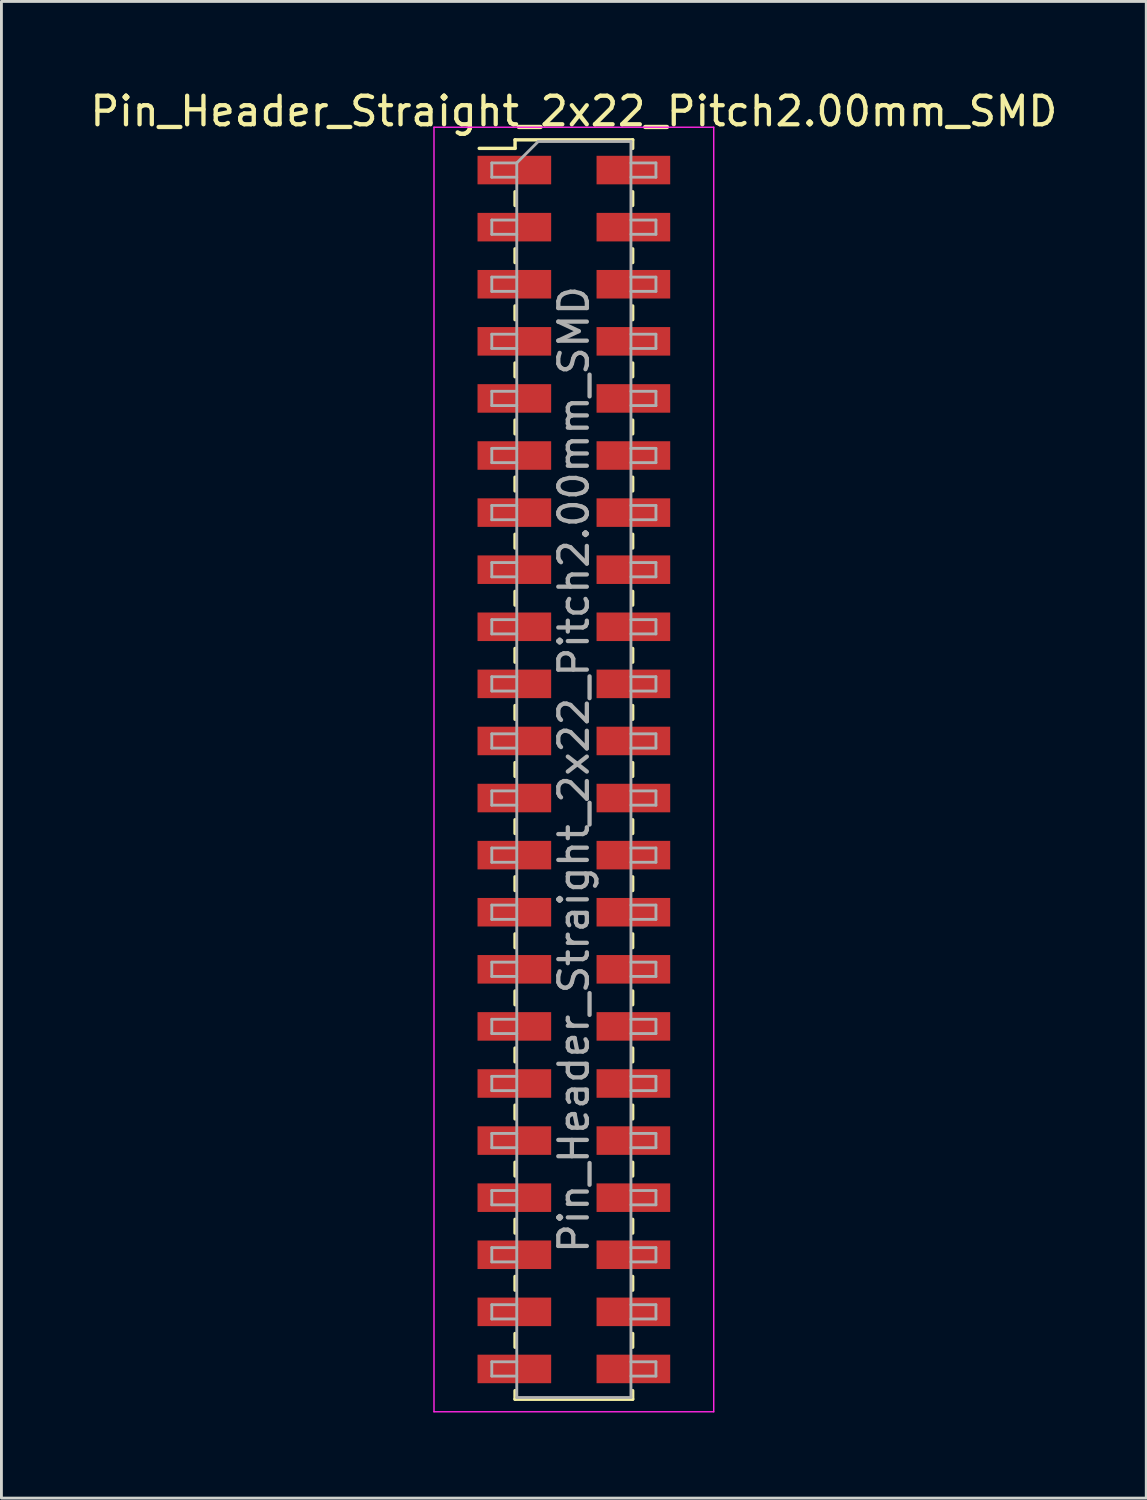
<source format=kicad_pcb>
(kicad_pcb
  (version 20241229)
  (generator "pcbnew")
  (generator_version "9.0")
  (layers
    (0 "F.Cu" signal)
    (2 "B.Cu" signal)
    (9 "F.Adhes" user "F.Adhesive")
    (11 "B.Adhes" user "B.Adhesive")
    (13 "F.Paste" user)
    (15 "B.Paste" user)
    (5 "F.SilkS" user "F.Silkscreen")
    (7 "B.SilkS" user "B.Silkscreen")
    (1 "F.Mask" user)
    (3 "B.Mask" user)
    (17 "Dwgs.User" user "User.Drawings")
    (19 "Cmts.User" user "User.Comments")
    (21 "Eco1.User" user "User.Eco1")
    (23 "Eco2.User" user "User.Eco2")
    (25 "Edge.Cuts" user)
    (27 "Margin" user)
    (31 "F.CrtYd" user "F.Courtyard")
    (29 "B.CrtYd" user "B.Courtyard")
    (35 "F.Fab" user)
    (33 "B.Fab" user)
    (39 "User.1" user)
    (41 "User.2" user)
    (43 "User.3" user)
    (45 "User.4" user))
  (footprint "Pin_Header_Straight_2x22_Pitch2.00mm_SMD"
    (layer "F.Cu")
    (at 17.054 23.908)
    (property "Reference" "Pin_Header_Straight_2x22_Pitch2.00mm_SMD" (at 0 -23.06 0) (layer "F.SilkS") (effects (font (size 1 1) (thickness 0.15))))
    (attr smd)
    (fp_line (start -3.315 -21.76) (end -2.06 -21.76) (stroke (width 0.12) (type solid)) (layer "F.SilkS"))
    (fp_line (start -2.06 -22.06) (end -2.06 -21.76) (stroke (width 0.12) (type solid)) (layer "F.SilkS"))
    (fp_line (start -2.06 -22.06) (end 2.06 -22.06) (stroke (width 0.12) (type solid)) (layer "F.SilkS"))
    (fp_line (start -2.06 -20.24) (end -2.06 -19.76) (stroke (width 0.12) (type solid)) (layer "F.SilkS"))
    (fp_line (start -2.06 -18.24) (end -2.06 -17.76) (stroke (width 0.12) (type solid)) (layer "F.SilkS"))
    (fp_line (start -2.06 -16.24) (end -2.06 -15.76) (stroke (width 0.12) (type solid)) (layer "F.SilkS"))
    (fp_line (start -2.06 -14.24) (end -2.06 -13.76) (stroke (width 0.12) (type solid)) (layer "F.SilkS"))
    (fp_line (start -2.06 -12.24) (end -2.06 -11.76) (stroke (width 0.12) (type solid)) (layer "F.SilkS"))
    (fp_line (start -2.06 -10.24) (end -2.06 -9.76) (stroke (width 0.12) (type solid)) (layer "F.SilkS"))
    (fp_line (start -2.06 -8.24) (end -2.06 -7.76) (stroke (width 0.12) (type solid)) (layer "F.SilkS"))
    (fp_line (start -2.06 -6.24) (end -2.06 -5.76) (stroke (width 0.12) (type solid)) (layer "F.SilkS"))
    (fp_line (start -2.06 -4.24) (end -2.06 -3.76) (stroke (width 0.12) (type solid)) (layer "F.SilkS"))
    (fp_line (start -2.06 -2.24) (end -2.06 -1.76) (stroke (width 0.12) (type solid)) (layer "F.SilkS"))
    (fp_line (start -2.06 -0.24) (end -2.06 0.24) (stroke (width 0.12) (type solid)) (layer "F.SilkS"))
    (fp_line (start -2.06 1.76) (end -2.06 2.24) (stroke (width 0.12) (type solid)) (layer "F.SilkS"))
    (fp_line (start -2.06 3.76) (end -2.06 4.24) (stroke (width 0.12) (type solid)) (layer "F.SilkS"))
    (fp_line (start -2.06 5.76) (end -2.06 6.24) (stroke (width 0.12) (type solid)) (layer "F.SilkS"))
    (fp_line (start -2.06 7.76) (end -2.06 8.24) (stroke (width 0.12) (type solid)) (layer "F.SilkS"))
    (fp_line (start -2.06 9.76) (end -2.06 10.24) (stroke (width 0.12) (type solid)) (layer "F.SilkS"))
    (fp_line (start -2.06 11.76) (end -2.06 12.24) (stroke (width 0.12) (type solid)) (layer "F.SilkS"))
    (fp_line (start -2.06 13.76) (end -2.06 14.24) (stroke (width 0.12) (type solid)) (layer "F.SilkS"))
    (fp_line (start -2.06 15.76) (end -2.06 16.24) (stroke (width 0.12) (type solid)) (layer "F.SilkS"))
    (fp_line (start -2.06 17.76) (end -2.06 18.24) (stroke (width 0.12) (type solid)) (layer "F.SilkS"))
    (fp_line (start -2.06 19.76) (end -2.06 20.24) (stroke (width 0.12) (type solid)) (layer "F.SilkS"))
    (fp_line (start -2.06 21.76) (end -2.06 22.06) (stroke (width 0.12) (type solid)) (layer "F.SilkS"))
    (fp_line (start -2.06 22.06) (end 2.06 22.06) (stroke (width 0.12) (type solid)) (layer "F.SilkS"))
    (fp_line (start 2.06 -22.06) (end 2.06 -21.76) (stroke (width 0.12) (type solid)) (layer "F.SilkS"))
    (fp_line (start 2.06 -20.24) (end 2.06 -19.76) (stroke (width 0.12) (type solid)) (layer "F.SilkS"))
    (fp_line (start 2.06 -18.24) (end 2.06 -17.76) (stroke (width 0.12) (type solid)) (layer "F.SilkS"))
    (fp_line (start 2.06 -16.24) (end 2.06 -15.76) (stroke (width 0.12) (type solid)) (layer "F.SilkS"))
    (fp_line (start 2.06 -14.24) (end 2.06 -13.76) (stroke (width 0.12) (type solid)) (layer "F.SilkS"))
    (fp_line (start 2.06 -12.24) (end 2.06 -11.76) (stroke (width 0.12) (type solid)) (layer "F.SilkS"))
    (fp_line (start 2.06 -10.24) (end 2.06 -9.76) (stroke (width 0.12) (type solid)) (layer "F.SilkS"))
    (fp_line (start 2.06 -8.24) (end 2.06 -7.76) (stroke (width 0.12) (type solid)) (layer "F.SilkS"))
    (fp_line (start 2.06 -6.24) (end 2.06 -5.76) (stroke (width 0.12) (type solid)) (layer "F.SilkS"))
    (fp_line (start 2.06 -4.24) (end 2.06 -3.76) (stroke (width 0.12) (type solid)) (layer "F.SilkS"))
    (fp_line (start 2.06 -2.24) (end 2.06 -1.76) (stroke (width 0.12) (type solid)) (layer "F.SilkS"))
    (fp_line (start 2.06 -0.24) (end 2.06 0.24) (stroke (width 0.12) (type solid)) (layer "F.SilkS"))
    (fp_line (start 2.06 1.76) (end 2.06 2.24) (stroke (width 0.12) (type solid)) (layer "F.SilkS"))
    (fp_line (start 2.06 3.76) (end 2.06 4.24) (stroke (width 0.12) (type solid)) (layer "F.SilkS"))
    (fp_line (start 2.06 5.76) (end 2.06 6.24) (stroke (width 0.12) (type solid)) (layer "F.SilkS"))
    (fp_line (start 2.06 7.76) (end 2.06 8.24) (stroke (width 0.12) (type solid)) (layer "F.SilkS"))
    (fp_line (start 2.06 9.76) (end 2.06 10.24) (stroke (width 0.12) (type solid)) (layer "F.SilkS"))
    (fp_line (start 2.06 11.76) (end 2.06 12.24) (stroke (width 0.12) (type solid)) (layer "F.SilkS"))
    (fp_line (start 2.06 13.76) (end 2.06 14.24) (stroke (width 0.12) (type solid)) (layer "F.SilkS"))
    (fp_line (start 2.06 15.76) (end 2.06 16.24) (stroke (width 0.12) (type solid)) (layer "F.SilkS"))
    (fp_line (start 2.06 17.76) (end 2.06 18.24) (stroke (width 0.12) (type solid)) (layer "F.SilkS"))
    (fp_line (start 2.06 19.76) (end 2.06 20.24) (stroke (width 0.12) (type solid)) (layer "F.SilkS"))
    (fp_line (start 2.06 21.76) (end 2.06 22.06) (stroke (width 0.12) (type solid)) (layer "F.SilkS"))
    (fp_line (start -4.9 -22.5) (end -4.9 22.5) (stroke (width 0.05) (type solid)) (layer "F.CrtYd"))
    (fp_line (start -4.9 22.5) (end 4.9 22.5) (stroke (width 0.05) (type solid)) (layer "F.CrtYd"))
    (fp_line (start 4.9 -22.5) (end -4.9 -22.5) (stroke (width 0.05) (type solid)) (layer "F.CrtYd"))
    (fp_line (start 4.9 22.5) (end 4.9 -22.5) (stroke (width 0.05) (type solid)) (layer "F.CrtYd"))
    (fp_line (start -2.875 -21.25) (end -2.875 -20.75) (stroke (width 0.1) (type solid)) (layer "F.Fab"))
    (fp_line (start -2.875 -20.75) (end -2 -20.75) (stroke (width 0.1) (type solid)) (layer "F.Fab"))
    (fp_line (start -2.875 -19.25) (end -2.875 -18.75) (stroke (width 0.1) (type solid)) (layer "F.Fab"))
    (fp_line (start -2.875 -18.75) (end -2 -18.75) (stroke (width 0.1) (type solid)) (layer "F.Fab"))
    (fp_line (start -2.875 -17.25) (end -2.875 -16.75) (stroke (width 0.1) (type solid)) (layer "F.Fab"))
    (fp_line (start -2.875 -16.75) (end -2 -16.75) (stroke (width 0.1) (type solid)) (layer "F.Fab"))
    (fp_line (start -2.875 -15.25) (end -2.875 -14.75) (stroke (width 0.1) (type solid)) (layer "F.Fab"))
    (fp_line (start -2.875 -14.75) (end -2 -14.75) (stroke (width 0.1) (type solid)) (layer "F.Fab"))
    (fp_line (start -2.875 -13.25) (end -2.875 -12.75) (stroke (width 0.1) (type solid)) (layer "F.Fab"))
    (fp_line (start -2.875 -12.75) (end -2 -12.75) (stroke (width 0.1) (type solid)) (layer "F.Fab"))
    (fp_line (start -2.875 -11.25) (end -2.875 -10.75) (stroke (width 0.1) (type solid)) (layer "F.Fab"))
    (fp_line (start -2.875 -10.75) (end -2 -10.75) (stroke (width 0.1) (type solid)) (layer "F.Fab"))
    (fp_line (start -2.875 -9.25) (end -2.875 -8.75) (stroke (width 0.1) (type solid)) (layer "F.Fab"))
    (fp_line (start -2.875 -8.75) (end -2 -8.75) (stroke (width 0.1) (type solid)) (layer "F.Fab"))
    (fp_line (start -2.875 -7.25) (end -2.875 -6.75) (stroke (width 0.1) (type solid)) (layer "F.Fab"))
    (fp_line (start -2.875 -6.75) (end -2 -6.75) (stroke (width 0.1) (type solid)) (layer "F.Fab"))
    (fp_line (start -2.875 -5.25) (end -2.875 -4.75) (stroke (width 0.1) (type solid)) (layer "F.Fab"))
    (fp_line (start -2.875 -4.75) (end -2 -4.75) (stroke (width 0.1) (type solid)) (layer "F.Fab"))
    (fp_line (start -2.875 -3.25) (end -2.875 -2.75) (stroke (width 0.1) (type solid)) (layer "F.Fab"))
    (fp_line (start -2.875 -2.75) (end -2 -2.75) (stroke (width 0.1) (type solid)) (layer "F.Fab"))
    (fp_line (start -2.875 -1.25) (end -2.875 -0.75) (stroke (width 0.1) (type solid)) (layer "F.Fab"))
    (fp_line (start -2.875 -0.75) (end -2 -0.75) (stroke (width 0.1) (type solid)) (layer "F.Fab"))
    (fp_line (start -2.875 0.75) (end -2.875 1.25) (stroke (width 0.1) (type solid)) (layer "F.Fab"))
    (fp_line (start -2.875 1.25) (end -2 1.25) (stroke (width 0.1) (type solid)) (layer "F.Fab"))
    (fp_line (start -2.875 2.75) (end -2.875 3.25) (stroke (width 0.1) (type solid)) (layer "F.Fab"))
    (fp_line (start -2.875 3.25) (end -2 3.25) (stroke (width 0.1) (type solid)) (layer "F.Fab"))
    (fp_line (start -2.875 4.75) (end -2.875 5.25) (stroke (width 0.1) (type solid)) (layer "F.Fab"))
    (fp_line (start -2.875 5.25) (end -2 5.25) (stroke (width 0.1) (type solid)) (layer "F.Fab"))
    (fp_line (start -2.875 6.75) (end -2.875 7.25) (stroke (width 0.1) (type solid)) (layer "F.Fab"))
    (fp_line (start -2.875 7.25) (end -2 7.25) (stroke (width 0.1) (type solid)) (layer "F.Fab"))
    (fp_line (start -2.875 8.75) (end -2.875 9.25) (stroke (width 0.1) (type solid)) (layer "F.Fab"))
    (fp_line (start -2.875 9.25) (end -2 9.25) (stroke (width 0.1) (type solid)) (layer "F.Fab"))
    (fp_line (start -2.875 10.75) (end -2.875 11.25) (stroke (width 0.1) (type solid)) (layer "F.Fab"))
    (fp_line (start -2.875 11.25) (end -2 11.25) (stroke (width 0.1) (type solid)) (layer "F.Fab"))
    (fp_line (start -2.875 12.75) (end -2.875 13.25) (stroke (width 0.1) (type solid)) (layer "F.Fab"))
    (fp_line (start -2.875 13.25) (end -2 13.25) (stroke (width 0.1) (type solid)) (layer "F.Fab"))
    (fp_line (start -2.875 14.75) (end -2.875 15.25) (stroke (width 0.1) (type solid)) (layer "F.Fab"))
    (fp_line (start -2.875 15.25) (end -2 15.25) (stroke (width 0.1) (type solid)) (layer "F.Fab"))
    (fp_line (start -2.875 16.75) (end -2.875 17.25) (stroke (width 0.1) (type solid)) (layer "F.Fab"))
    (fp_line (start -2.875 17.25) (end -2 17.25) (stroke (width 0.1) (type solid)) (layer "F.Fab"))
    (fp_line (start -2.875 18.75) (end -2.875 19.25) (stroke (width 0.1) (type solid)) (layer "F.Fab"))
    (fp_line (start -2.875 19.25) (end -2 19.25) (stroke (width 0.1) (type solid)) (layer "F.Fab"))
    (fp_line (start -2.875 20.75) (end -2.875 21.25) (stroke (width 0.1) (type solid)) (layer "F.Fab"))
    (fp_line (start -2.875 21.25) (end -2 21.25) (stroke (width 0.1) (type solid)) (layer "F.Fab"))
    (fp_line (start -2 -21.25) (end -2.875 -21.25) (stroke (width 0.1) (type solid)) (layer "F.Fab"))
    (fp_line (start -2 -21.25) (end -1.25 -22) (stroke (width 0.1) (type solid)) (layer "F.Fab"))
    (fp_line (start -2 -19.25) (end -2.875 -19.25) (stroke (width 0.1) (type solid)) (layer "F.Fab"))
    (fp_line (start -2 -17.25) (end -2.875 -17.25) (stroke (width 0.1) (type solid)) (layer "F.Fab"))
    (fp_line (start -2 -15.25) (end -2.875 -15.25) (stroke (width 0.1) (type solid)) (layer "F.Fab"))
    (fp_line (start -2 -13.25) (end -2.875 -13.25) (stroke (width 0.1) (type solid)) (layer "F.Fab"))
    (fp_line (start -2 -11.25) (end -2.875 -11.25) (stroke (width 0.1) (type solid)) (layer "F.Fab"))
    (fp_line (start -2 -9.25) (end -2.875 -9.25) (stroke (width 0.1) (type solid)) (layer "F.Fab"))
    (fp_line (start -2 -7.25) (end -2.875 -7.25) (stroke (width 0.1) (type solid)) (layer "F.Fab"))
    (fp_line (start -2 -5.25) (end -2.875 -5.25) (stroke (width 0.1) (type solid)) (layer "F.Fab"))
    (fp_line (start -2 -3.25) (end -2.875 -3.25) (stroke (width 0.1) (type solid)) (layer "F.Fab"))
    (fp_line (start -2 -1.25) (end -2.875 -1.25) (stroke (width 0.1) (type solid)) (layer "F.Fab"))
    (fp_line (start -2 0.75) (end -2.875 0.75) (stroke (width 0.1) (type solid)) (layer "F.Fab"))
    (fp_line (start -2 2.75) (end -2.875 2.75) (stroke (width 0.1) (type solid)) (layer "F.Fab"))
    (fp_line (start -2 4.75) (end -2.875 4.75) (stroke (width 0.1) (type solid)) (layer "F.Fab"))
    (fp_line (start -2 6.75) (end -2.875 6.75) (stroke (width 0.1) (type solid)) (layer "F.Fab"))
    (fp_line (start -2 8.75) (end -2.875 8.75) (stroke (width 0.1) (type solid)) (layer "F.Fab"))
    (fp_line (start -2 10.75) (end -2.875 10.75) (stroke (width 0.1) (type solid)) (layer "F.Fab"))
    (fp_line (start -2 12.75) (end -2.875 12.75) (stroke (width 0.1) (type solid)) (layer "F.Fab"))
    (fp_line (start -2 14.75) (end -2.875 14.75) (stroke (width 0.1) (type solid)) (layer "F.Fab"))
    (fp_line (start -2 16.75) (end -2.875 16.75) (stroke (width 0.1) (type solid)) (layer "F.Fab"))
    (fp_line (start -2 18.75) (end -2.875 18.75) (stroke (width 0.1) (type solid)) (layer "F.Fab"))
    (fp_line (start -2 20.75) (end -2.875 20.75) (stroke (width 0.1) (type solid)) (layer "F.Fab"))
    (fp_line (start -2 22) (end -2 -21.25) (stroke (width 0.1) (type solid)) (layer "F.Fab"))
    (fp_line (start -1.25 -22) (end 2 -22) (stroke (width 0.1) (type solid)) (layer "F.Fab"))
    (fp_line (start 2 -22) (end 2 22) (stroke (width 0.1) (type solid)) (layer "F.Fab"))
    (fp_line (start 2 -21.25) (end 2.875 -21.25) (stroke (width 0.1) (type solid)) (layer "F.Fab"))
    (fp_line (start 2 -19.25) (end 2.875 -19.25) (stroke (width 0.1) (type solid)) (layer "F.Fab"))
    (fp_line (start 2 -17.25) (end 2.875 -17.25) (stroke (width 0.1) (type solid)) (layer "F.Fab"))
    (fp_line (start 2 -15.25) (end 2.875 -15.25) (stroke (width 0.1) (type solid)) (layer "F.Fab"))
    (fp_line (start 2 -13.25) (end 2.875 -13.25) (stroke (width 0.1) (type solid)) (layer "F.Fab"))
    (fp_line (start 2 -11.25) (end 2.875 -11.25) (stroke (width 0.1) (type solid)) (layer "F.Fab"))
    (fp_line (start 2 -9.25) (end 2.875 -9.25) (stroke (width 0.1) (type solid)) (layer "F.Fab"))
    (fp_line (start 2 -7.25) (end 2.875 -7.25) (stroke (width 0.1) (type solid)) (layer "F.Fab"))
    (fp_line (start 2 -5.25) (end 2.875 -5.25) (stroke (width 0.1) (type solid)) (layer "F.Fab"))
    (fp_line (start 2 -3.25) (end 2.875 -3.25) (stroke (width 0.1) (type solid)) (layer "F.Fab"))
    (fp_line (start 2 -1.25) (end 2.875 -1.25) (stroke (width 0.1) (type solid)) (layer "F.Fab"))
    (fp_line (start 2 0.75) (end 2.875 0.75) (stroke (width 0.1) (type solid)) (layer "F.Fab"))
    (fp_line (start 2 2.75) (end 2.875 2.75) (stroke (width 0.1) (type solid)) (layer "F.Fab"))
    (fp_line (start 2 4.75) (end 2.875 4.75) (stroke (width 0.1) (type solid)) (layer "F.Fab"))
    (fp_line (start 2 6.75) (end 2.875 6.75) (stroke (width 0.1) (type solid)) (layer "F.Fab"))
    (fp_line (start 2 8.75) (end 2.875 8.75) (stroke (width 0.1) (type solid)) (layer "F.Fab"))
    (fp_line (start 2 10.75) (end 2.875 10.75) (stroke (width 0.1) (type solid)) (layer "F.Fab"))
    (fp_line (start 2 12.75) (end 2.875 12.75) (stroke (width 0.1) (type solid)) (layer "F.Fab"))
    (fp_line (start 2 14.75) (end 2.875 14.75) (stroke (width 0.1) (type solid)) (layer "F.Fab"))
    (fp_line (start 2 16.75) (end 2.875 16.75) (stroke (width 0.1) (type solid)) (layer "F.Fab"))
    (fp_line (start 2 18.75) (end 2.875 18.75) (stroke (width 0.1) (type solid)) (layer "F.Fab"))
    (fp_line (start 2 20.75) (end 2.875 20.75) (stroke (width 0.1) (type solid)) (layer "F.Fab"))
    (fp_line (start 2 22) (end -2 22) (stroke (width 0.1) (type solid)) (layer "F.Fab"))
    (fp_line (start 2.875 -21.25) (end 2.875 -20.75) (stroke (width 0.1) (type solid)) (layer "F.Fab"))
    (fp_line (start 2.875 -20.75) (end 2 -20.75) (stroke (width 0.1) (type solid)) (layer "F.Fab"))
    (fp_line (start 2.875 -19.25) (end 2.875 -18.75) (stroke (width 0.1) (type solid)) (layer "F.Fab"))
    (fp_line (start 2.875 -18.75) (end 2 -18.75) (stroke (width 0.1) (type solid)) (layer "F.Fab"))
    (fp_line (start 2.875 -17.25) (end 2.875 -16.75) (stroke (width 0.1) (type solid)) (layer "F.Fab"))
    (fp_line (start 2.875 -16.75) (end 2 -16.75) (stroke (width 0.1) (type solid)) (layer "F.Fab"))
    (fp_line (start 2.875 -15.25) (end 2.875 -14.75) (stroke (width 0.1) (type solid)) (layer "F.Fab"))
    (fp_line (start 2.875 -14.75) (end 2 -14.75) (stroke (width 0.1) (type solid)) (layer "F.Fab"))
    (fp_line (start 2.875 -13.25) (end 2.875 -12.75) (stroke (width 0.1) (type solid)) (layer "F.Fab"))
    (fp_line (start 2.875 -12.75) (end 2 -12.75) (stroke (width 0.1) (type solid)) (layer "F.Fab"))
    (fp_line (start 2.875 -11.25) (end 2.875 -10.75) (stroke (width 0.1) (type solid)) (layer "F.Fab"))
    (fp_line (start 2.875 -10.75) (end 2 -10.75) (stroke (width 0.1) (type solid)) (layer "F.Fab"))
    (fp_line (start 2.875 -9.25) (end 2.875 -8.75) (stroke (width 0.1) (type solid)) (layer "F.Fab"))
    (fp_line (start 2.875 -8.75) (end 2 -8.75) (stroke (width 0.1) (type solid)) (layer "F.Fab"))
    (fp_line (start 2.875 -7.25) (end 2.875 -6.75) (stroke (width 0.1) (type solid)) (layer "F.Fab"))
    (fp_line (start 2.875 -6.75) (end 2 -6.75) (stroke (width 0.1) (type solid)) (layer "F.Fab"))
    (fp_line (start 2.875 -5.25) (end 2.875 -4.75) (stroke (width 0.1) (type solid)) (layer "F.Fab"))
    (fp_line (start 2.875 -4.75) (end 2 -4.75) (stroke (width 0.1) (type solid)) (layer "F.Fab"))
    (fp_line (start 2.875 -3.25) (end 2.875 -2.75) (stroke (width 0.1) (type solid)) (layer "F.Fab"))
    (fp_line (start 2.875 -2.75) (end 2 -2.75) (stroke (width 0.1) (type solid)) (layer "F.Fab"))
    (fp_line (start 2.875 -1.25) (end 2.875 -0.75) (stroke (width 0.1) (type solid)) (layer "F.Fab"))
    (fp_line (start 2.875 -0.75) (end 2 -0.75) (stroke (width 0.1) (type solid)) (layer "F.Fab"))
    (fp_line (start 2.875 0.75) (end 2.875 1.25) (stroke (width 0.1) (type solid)) (layer "F.Fab"))
    (fp_line (start 2.875 1.25) (end 2 1.25) (stroke (width 0.1) (type solid)) (layer "F.Fab"))
    (fp_line (start 2.875 2.75) (end 2.875 3.25) (stroke (width 0.1) (type solid)) (layer "F.Fab"))
    (fp_line (start 2.875 3.25) (end 2 3.25) (stroke (width 0.1) (type solid)) (layer "F.Fab"))
    (fp_line (start 2.875 4.75) (end 2.875 5.25) (stroke (width 0.1) (type solid)) (layer "F.Fab"))
    (fp_line (start 2.875 5.25) (end 2 5.25) (stroke (width 0.1) (type solid)) (layer "F.Fab"))
    (fp_line (start 2.875 6.75) (end 2.875 7.25) (stroke (width 0.1) (type solid)) (layer "F.Fab"))
    (fp_line (start 2.875 7.25) (end 2 7.25) (stroke (width 0.1) (type solid)) (layer "F.Fab"))
    (fp_line (start 2.875 8.75) (end 2.875 9.25) (stroke (width 0.1) (type solid)) (layer "F.Fab"))
    (fp_line (start 2.875 9.25) (end 2 9.25) (stroke (width 0.1) (type solid)) (layer "F.Fab"))
    (fp_line (start 2.875 10.75) (end 2.875 11.25) (stroke (width 0.1) (type solid)) (layer "F.Fab"))
    (fp_line (start 2.875 11.25) (end 2 11.25) (stroke (width 0.1) (type solid)) (layer "F.Fab"))
    (fp_line (start 2.875 12.75) (end 2.875 13.25) (stroke (width 0.1) (type solid)) (layer "F.Fab"))
    (fp_line (start 2.875 13.25) (end 2 13.25) (stroke (width 0.1) (type solid)) (layer "F.Fab"))
    (fp_line (start 2.875 14.75) (end 2.875 15.25) (stroke (width 0.1) (type solid)) (layer "F.Fab"))
    (fp_line (start 2.875 15.25) (end 2 15.25) (stroke (width 0.1) (type solid)) (layer "F.Fab"))
    (fp_line (start 2.875 16.75) (end 2.875 17.25) (stroke (width 0.1) (type solid)) (layer "F.Fab"))
    (fp_line (start 2.875 17.25) (end 2 17.25) (stroke (width 0.1) (type solid)) (layer "F.Fab"))
    (fp_line (start 2.875 18.75) (end 2.875 19.25) (stroke (width 0.1) (type solid)) (layer "F.Fab"))
    (fp_line (start 2.875 19.25) (end 2 19.25) (stroke (width 0.1) (type solid)) (layer "F.Fab"))
    (fp_line (start 2.875 20.75) (end 2.875 21.25) (stroke (width 0.1) (type solid)) (layer "F.Fab"))
    (fp_line (start 2.875 21.25) (end 2 21.25) (stroke (width 0.1) (type solid)) (layer "F.Fab"))
    (fp_text user "${REFERENCE}" (at 0 0 90) (layer "F.Fab") (effects (font (size 1 1) (thickness 0.15))))
    (pad "1" smd rect (at -2.085 -21) (size 2.58 1) (layers "F.Cu" "F.Mask" "F.Paste"))
    (pad "2" smd rect (at 2.085 -21) (size 2.58 1) (layers "F.Cu" "F.Mask" "F.Paste"))
    (pad "3" smd rect (at -2.085 -19) (size 2.58 1) (layers "F.Cu" "F.Mask" "F.Paste"))
    (pad "4" smd rect (at 2.085 -19) (size 2.58 1) (layers "F.Cu" "F.Mask" "F.Paste"))
    (pad "5" smd rect (at -2.085 -17) (size 2.58 1) (layers "F.Cu" "F.Mask" "F.Paste"))
    (pad "6" smd rect (at 2.085 -17) (size 2.58 1) (layers "F.Cu" "F.Mask" "F.Paste"))
    (pad "7" smd rect (at -2.085 -15) (size 2.58 1) (layers "F.Cu" "F.Mask" "F.Paste"))
    (pad "8" smd rect (at 2.085 -15) (size 2.58 1) (layers "F.Cu" "F.Mask" "F.Paste"))
    (pad "9" smd rect (at -2.085 -13) (size 2.58 1) (layers "F.Cu" "F.Mask" "F.Paste"))
    (pad "10" smd rect (at 2.085 -13) (size 2.58 1) (layers "F.Cu" "F.Mask" "F.Paste"))
    (pad "11" smd rect (at -2.085 -11) (size 2.58 1) (layers "F.Cu" "F.Mask" "F.Paste"))
    (pad "12" smd rect (at 2.085 -11) (size 2.58 1) (layers "F.Cu" "F.Mask" "F.Paste"))
    (pad "13" smd rect (at -2.085 -9) (size 2.58 1) (layers "F.Cu" "F.Mask" "F.Paste"))
    (pad "14" smd rect (at 2.085 -9) (size 2.58 1) (layers "F.Cu" "F.Mask" "F.Paste"))
    (pad "15" smd rect (at -2.085 -7) (size 2.58 1) (layers "F.Cu" "F.Mask" "F.Paste"))
    (pad "16" smd rect (at 2.085 -7) (size 2.58 1) (layers "F.Cu" "F.Mask" "F.Paste"))
    (pad "17" smd rect (at -2.085 -5) (size 2.58 1) (layers "F.Cu" "F.Mask" "F.Paste"))
    (pad "18" smd rect (at 2.085 -5) (size 2.58 1) (layers "F.Cu" "F.Mask" "F.Paste"))
    (pad "19" smd rect (at -2.085 -3) (size 2.58 1) (layers "F.Cu" "F.Mask" "F.Paste"))
    (pad "20" smd rect (at 2.085 -3) (size 2.58 1) (layers "F.Cu" "F.Mask" "F.Paste"))
    (pad "21" smd rect (at -2.085 -1) (size 2.58 1) (layers "F.Cu" "F.Mask" "F.Paste"))
    (pad "22" smd rect (at 2.085 -1) (size 2.58 1) (layers "F.Cu" "F.Mask" "F.Paste"))
    (pad "23" smd rect (at -2.085 1) (size 2.58 1) (layers "F.Cu" "F.Mask" "F.Paste"))
    (pad "24" smd rect (at 2.085 1) (size 2.58 1) (layers "F.Cu" "F.Mask" "F.Paste"))
    (pad "25" smd rect (at -2.085 3) (size 2.58 1) (layers "F.Cu" "F.Mask" "F.Paste"))
    (pad "26" smd rect (at 2.085 3) (size 2.58 1) (layers "F.Cu" "F.Mask" "F.Paste"))
    (pad "27" smd rect (at -2.085 5) (size 2.58 1) (layers "F.Cu" "F.Mask" "F.Paste"))
    (pad "28" smd rect (at 2.085 5) (size 2.58 1) (layers "F.Cu" "F.Mask" "F.Paste"))
    (pad "29" smd rect (at -2.085 7) (size 2.58 1) (layers "F.Cu" "F.Mask" "F.Paste"))
    (pad "30" smd rect (at 2.085 7) (size 2.58 1) (layers "F.Cu" "F.Mask" "F.Paste"))
    (pad "31" smd rect (at -2.085 9) (size 2.58 1) (layers "F.Cu" "F.Mask" "F.Paste"))
    (pad "32" smd rect (at 2.085 9) (size 2.58 1) (layers "F.Cu" "F.Mask" "F.Paste"))
    (pad "33" smd rect (at -2.085 11) (size 2.58 1) (layers "F.Cu" "F.Mask" "F.Paste"))
    (pad "34" smd rect (at 2.085 11) (size 2.58 1) (layers "F.Cu" "F.Mask" "F.Paste"))
    (pad "35" smd rect (at -2.085 13) (size 2.58 1) (layers "F.Cu" "F.Mask" "F.Paste"))
    (pad "36" smd rect (at 2.085 13) (size 2.58 1) (layers "F.Cu" "F.Mask" "F.Paste"))
    (pad "37" smd rect (at -2.085 15) (size 2.58 1) (layers "F.Cu" "F.Mask" "F.Paste"))
    (pad "38" smd rect (at 2.085 15) (size 2.58 1) (layers "F.Cu" "F.Mask" "F.Paste"))
    (pad "39" smd rect (at -2.085 17) (size 2.58 1) (layers "F.Cu" "F.Mask" "F.Paste"))
    (pad "40" smd rect (at 2.085 17) (size 2.58 1) (layers "F.Cu" "F.Mask" "F.Paste"))
    (pad "41" smd rect (at -2.085 19) (size 2.58 1) (layers "F.Cu" "F.Mask" "F.Paste"))
    (pad "42" smd rect (at 2.085 19) (size 2.58 1) (layers "F.Cu" "F.Mask" "F.Paste"))
    (pad "43" smd rect (at -2.085 21) (size 2.58 1) (layers "F.Cu" "F.Mask" "F.Paste"))
    (pad "44" smd rect (at 2.085 21) (size 2.58 1) (layers "F.Cu" "F.Mask" "F.Paste")))
  (gr_rect
    (start -3 -3)
    (end 37.107 49.433)
    (stroke (width 0.1) (type default))
    (fill no)
    (layer "Edge.Cuts")))
</source>
